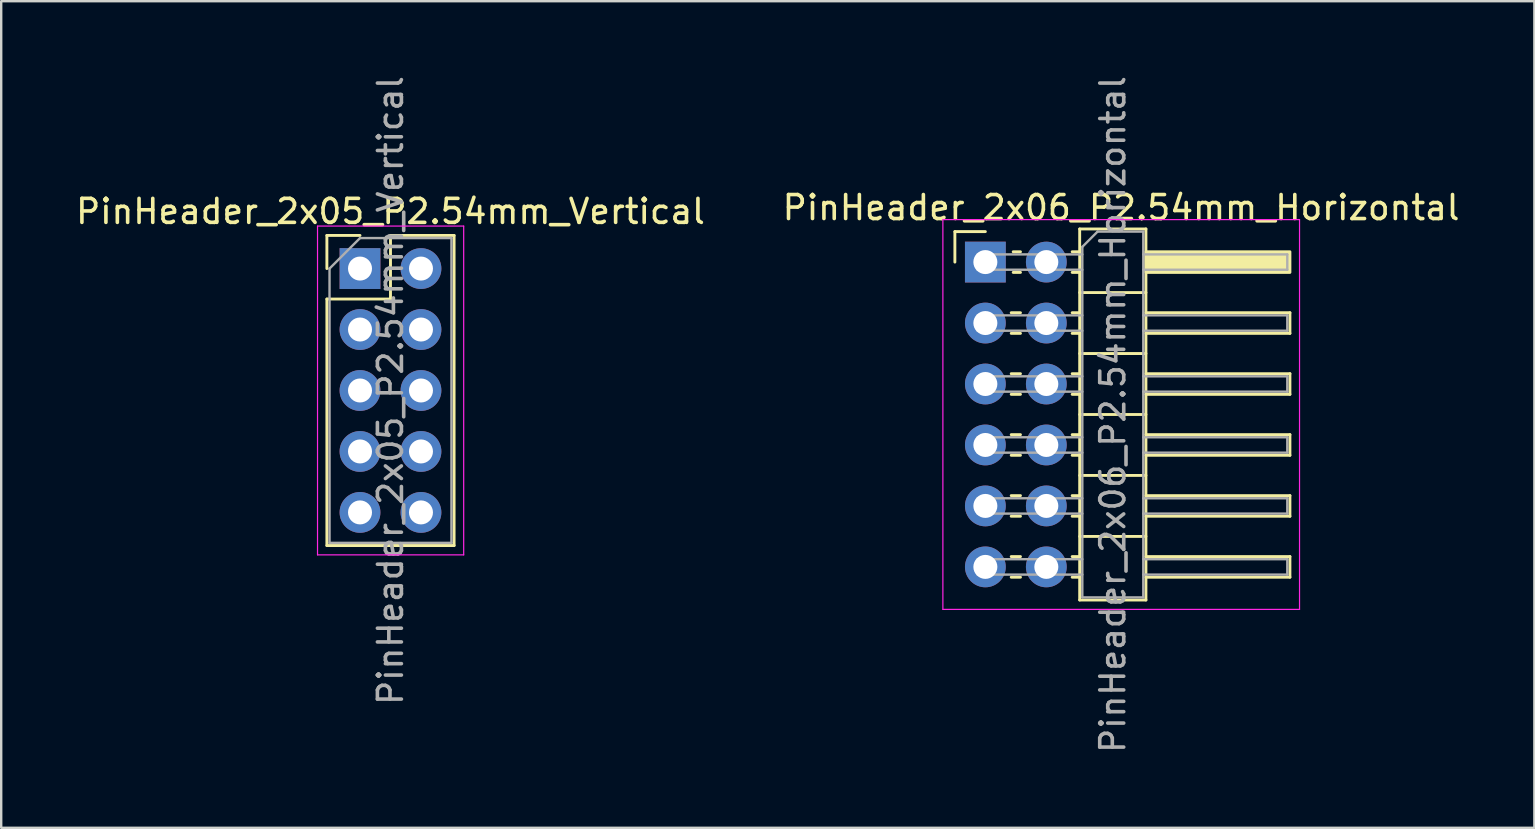
<source format=kicad_pcb>
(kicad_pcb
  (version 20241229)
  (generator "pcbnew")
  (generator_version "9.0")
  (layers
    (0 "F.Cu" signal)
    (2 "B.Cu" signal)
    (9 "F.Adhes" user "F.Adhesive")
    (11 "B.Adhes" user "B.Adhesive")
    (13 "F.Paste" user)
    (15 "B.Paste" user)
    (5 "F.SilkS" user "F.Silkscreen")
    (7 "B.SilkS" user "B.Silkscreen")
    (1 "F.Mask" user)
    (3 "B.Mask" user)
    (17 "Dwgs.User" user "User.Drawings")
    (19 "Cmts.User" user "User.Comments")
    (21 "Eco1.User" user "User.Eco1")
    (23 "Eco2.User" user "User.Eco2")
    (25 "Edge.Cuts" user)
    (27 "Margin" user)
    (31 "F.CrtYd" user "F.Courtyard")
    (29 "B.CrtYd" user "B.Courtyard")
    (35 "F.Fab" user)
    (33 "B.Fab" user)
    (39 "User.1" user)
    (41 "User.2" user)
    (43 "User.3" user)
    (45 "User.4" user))
  (footprint "PinHeader_2x05_P2.54mm_Vertical"
    (layer "F.Cu")
    (at 11.95 8.14)
    (property "Reference" "PinHeader_2x05_P2.54mm_Vertical" (at 1.27 -2.38 0) (layer "F.SilkS") (effects (font (size 1 1) (thickness 0.15))))
    (attr through_hole)
    (fp_line (start -1.38 -1.38) (end 0 -1.38) (stroke (width 0.12) (type solid)) (layer "F.SilkS"))
    (fp_line (start -1.38 0) (end -1.38 -1.38) (stroke (width 0.12) (type solid)) (layer "F.SilkS"))
    (fp_line (start -1.38 1.27) (end -1.38 11.54) (stroke (width 0.12) (type solid)) (layer "F.SilkS"))
    (fp_line (start -1.38 1.27) (end 1.27 1.27) (stroke (width 0.12) (type solid)) (layer "F.SilkS"))
    (fp_line (start -1.38 11.54) (end 3.92 11.54) (stroke (width 0.12) (type solid)) (layer "F.SilkS"))
    (fp_line (start 1.27 -1.38) (end 3.92 -1.38) (stroke (width 0.12) (type solid)) (layer "F.SilkS"))
    (fp_line (start 1.27 1.27) (end 1.27 -1.38) (stroke (width 0.12) (type solid)) (layer "F.SilkS"))
    (fp_line (start 3.92 -1.38) (end 3.92 11.54) (stroke (width 0.12) (type solid)) (layer "F.SilkS"))
    (fp_line (start -1.77 -1.77) (end -1.77 11.93) (stroke (width 0.05) (type solid)) (layer "F.CrtYd"))
    (fp_line (start -1.77 11.93) (end 4.32 11.93) (stroke (width 0.05) (type solid)) (layer "F.CrtYd"))
    (fp_line (start 4.32 -1.77) (end -1.77 -1.77) (stroke (width 0.05) (type solid)) (layer "F.CrtYd"))
    (fp_line (start 4.32 11.93) (end 4.32 -1.77) (stroke (width 0.05) (type solid)) (layer "F.CrtYd"))
    (fp_line (start -1.27 0) (end 0 -1.27) (stroke (width 0.1) (type solid)) (layer "F.Fab"))
    (fp_line (start -1.27 11.43) (end -1.27 0) (stroke (width 0.1) (type solid)) (layer "F.Fab"))
    (fp_line (start 0 -1.27) (end 3.81 -1.27) (stroke (width 0.1) (type solid)) (layer "F.Fab"))
    (fp_line (start 3.81 -1.27) (end 3.81 11.43) (stroke (width 0.1) (type solid)) (layer "F.Fab"))
    (fp_line (start 3.81 11.43) (end -1.27 11.43) (stroke (width 0.1) (type solid)) (layer "F.Fab"))
    (fp_text user "${REFERENCE}" (at 1.27 5.08 90) (layer "F.Fab") (effects (font (size 1 1) (thickness 0.15))))
    (pad "1" thru_hole rect (at 0 0) (size 1.7 1.7) (drill 1) (layers "*.Cu" "*.Mask"))
    (pad "2" thru_hole circle (at 2.54 0) (size 1.7 1.7) (drill 1) (layers "*.Cu" "*.Mask"))
    (pad "3" thru_hole circle (at 0 2.54) (size 1.7 1.7) (drill 1) (layers "*.Cu" "*.Mask"))
    (pad "4" thru_hole circle (at 2.54 2.54) (size 1.7 1.7) (drill 1) (layers "*.Cu" "*.Mask"))
    (pad "5" thru_hole circle (at 0 5.08) (size 1.7 1.7) (drill 1) (layers "*.Cu" "*.Mask"))
    (pad "6" thru_hole circle (at 2.54 5.08) (size 1.7 1.7) (drill 1) (layers "*.Cu" "*.Mask"))
    (pad "7" thru_hole circle (at 0 7.62) (size 1.7 1.7) (drill 1) (layers "*.Cu" "*.Mask"))
    (pad "8" thru_hole circle (at 2.54 7.62) (size 1.7 1.7) (drill 1) (layers "*.Cu" "*.Mask"))
    (pad "9" thru_hole circle (at 0 10.16) (size 1.7 1.7) (drill 1) (layers "*.Cu" "*.Mask"))
    (pad "10" thru_hole circle (at 2.54 10.16) (size 1.7 1.7) (drill 1) (layers "*.Cu" "*.Mask")))
  (footprint "PinHeader_2x06_P2.54mm_Horizontal"
    (layer "F.Cu")
    (at 38.006 7.87)
    (property "Reference" "PinHeader_2x06_P2.54mm_Horizontal" (at 5.655 -2.27 0) (layer "F.SilkS") (effects (font (size 1 1) (thickness 0.15))))
    (attr through_hole)
    (fp_line (start -1.27 -1.27) (end 0 -1.27) (stroke (width 0.12) (type solid)) (layer "F.SilkS"))
    (fp_line (start -1.27 0) (end -1.27 -1.27) (stroke (width 0.12) (type solid)) (layer "F.SilkS"))
    (fp_line (start 1.077 2.11) (end 1.463 2.11) (stroke (width 0.12) (type solid)) (layer "F.SilkS"))
    (fp_line (start 1.077 2.97) (end 1.463 2.97) (stroke (width 0.12) (type solid)) (layer "F.SilkS"))
    (fp_line (start 1.077 4.65) (end 1.463 4.65) (stroke (width 0.12) (type solid)) (layer "F.SilkS"))
    (fp_line (start 1.077 5.51) (end 1.463 5.51) (stroke (width 0.12) (type solid)) (layer "F.SilkS"))
    (fp_line (start 1.077 7.19) (end 1.463 7.19) (stroke (width 0.12) (type solid)) (layer "F.SilkS"))
    (fp_line (start 1.077 8.05) (end 1.463 8.05) (stroke (width 0.12) (type solid)) (layer "F.SilkS"))
    (fp_line (start 1.077 9.73) (end 1.463 9.73) (stroke (width 0.12) (type solid)) (layer "F.SilkS"))
    (fp_line (start 1.077 10.59) (end 1.463 10.59) (stroke (width 0.12) (type solid)) (layer "F.SilkS"))
    (fp_line (start 1.077 12.27) (end 1.463 12.27) (stroke (width 0.12) (type solid)) (layer "F.SilkS"))
    (fp_line (start 1.077 13.13) (end 1.463 13.13) (stroke (width 0.12) (type solid)) (layer "F.SilkS"))
    (fp_line (start 1.16 -0.43) (end 1.463 -0.43) (stroke (width 0.12) (type solid)) (layer "F.SilkS"))
    (fp_line (start 1.16 0.43) (end 1.463 0.43) (stroke (width 0.12) (type solid)) (layer "F.SilkS"))
    (fp_line (start 3.617 -0.43) (end 3.93 -0.43) (stroke (width 0.12) (type solid)) (layer "F.SilkS"))
    (fp_line (start 3.617 0.43) (end 3.93 0.43) (stroke (width 0.12) (type solid)) (layer "F.SilkS"))
    (fp_line (start 3.617 2.11) (end 3.93 2.11) (stroke (width 0.12) (type solid)) (layer "F.SilkS"))
    (fp_line (start 3.617 2.97) (end 3.93 2.97) (stroke (width 0.12) (type solid)) (layer "F.SilkS"))
    (fp_line (start 3.617 4.65) (end 3.93 4.65) (stroke (width 0.12) (type solid)) (layer "F.SilkS"))
    (fp_line (start 3.617 5.51) (end 3.93 5.51) (stroke (width 0.12) (type solid)) (layer "F.SilkS"))
    (fp_line (start 3.617 7.19) (end 3.93 7.19) (stroke (width 0.12) (type solid)) (layer "F.SilkS"))
    (fp_line (start 3.617 8.05) (end 3.93 8.05) (stroke (width 0.12) (type solid)) (layer "F.SilkS"))
    (fp_line (start 3.617 9.73) (end 3.93 9.73) (stroke (width 0.12) (type solid)) (layer "F.SilkS"))
    (fp_line (start 3.617 10.59) (end 3.93 10.59) (stroke (width 0.12) (type solid)) (layer "F.SilkS"))
    (fp_line (start 3.617 12.27) (end 3.93 12.27) (stroke (width 0.12) (type solid)) (layer "F.SilkS"))
    (fp_line (start 3.617 13.13) (end 3.93 13.13) (stroke (width 0.12) (type solid)) (layer "F.SilkS"))
    (fp_line (start 3.93 -1.38) (end 3.93 14.08) (stroke (width 0.12) (type solid)) (layer "F.SilkS"))
    (fp_line (start 3.93 1.27) (end 6.69 1.27) (stroke (width 0.12) (type solid)) (layer "F.SilkS"))
    (fp_line (start 3.93 3.81) (end 6.69 3.81) (stroke (width 0.12) (type solid)) (layer "F.SilkS"))
    (fp_line (start 3.93 6.35) (end 6.69 6.35) (stroke (width 0.12) (type solid)) (layer "F.SilkS"))
    (fp_line (start 3.93 8.89) (end 6.69 8.89) (stroke (width 0.12) (type solid)) (layer "F.SilkS"))
    (fp_line (start 3.93 11.43) (end 6.69 11.43) (stroke (width 0.12) (type solid)) (layer "F.SilkS"))
    (fp_line (start 3.93 14.08) (end 6.69 14.08) (stroke (width 0.12) (type solid)) (layer "F.SilkS"))
    (fp_line (start 6.69 -1.38) (end 3.93 -1.38) (stroke (width 0.12) (type solid)) (layer "F.SilkS"))
    (fp_line (start 6.69 2.11) (end 12.69 2.11) (stroke (width 0.12) (type solid)) (layer "F.SilkS"))
    (fp_line (start 6.69 4.65) (end 12.69 4.65) (stroke (width 0.12) (type solid)) (layer "F.SilkS"))
    (fp_line (start 6.69 7.19) (end 12.69 7.19) (stroke (width 0.12) (type solid)) (layer "F.SilkS"))
    (fp_line (start 6.69 9.73) (end 12.69 9.73) (stroke (width 0.12) (type solid)) (layer "F.SilkS"))
    (fp_line (start 6.69 12.27) (end 12.69 12.27) (stroke (width 0.12) (type solid)) (layer "F.SilkS"))
    (fp_line (start 6.69 14.08) (end 6.69 -1.38) (stroke (width 0.12) (type solid)) (layer "F.SilkS"))
    (fp_line (start 12.69 2.11) (end 12.69 2.97) (stroke (width 0.12) (type solid)) (layer "F.SilkS"))
    (fp_line (start 12.69 2.97) (end 6.69 2.97) (stroke (width 0.12) (type solid)) (layer "F.SilkS"))
    (fp_line (start 12.69 4.65) (end 12.69 5.51) (stroke (width 0.12) (type solid)) (layer "F.SilkS"))
    (fp_line (start 12.69 5.51) (end 6.69 5.51) (stroke (width 0.12) (type solid)) (layer "F.SilkS"))
    (fp_line (start 12.69 7.19) (end 12.69 8.05) (stroke (width 0.12) (type solid)) (layer "F.SilkS"))
    (fp_line (start 12.69 8.05) (end 6.69 8.05) (stroke (width 0.12) (type solid)) (layer "F.SilkS"))
    (fp_line (start 12.69 9.73) (end 12.69 10.59) (stroke (width 0.12) (type solid)) (layer "F.SilkS"))
    (fp_line (start 12.69 10.59) (end 6.69 10.59) (stroke (width 0.12) (type solid)) (layer "F.SilkS"))
    (fp_line (start 12.69 12.27) (end 12.69 13.13) (stroke (width 0.12) (type solid)) (layer "F.SilkS"))
    (fp_line (start 12.69 13.13) (end 6.69 13.13) (stroke (width 0.12) (type solid)) (layer "F.SilkS"))
    (fp_rect (start 6.69 -0.43) (end 12.69 0.43) (stroke (width 0.12) (type solid)) (fill yes) (layer "F.SilkS"))
    (fp_line (start -1.77 -1.77) (end -1.77 14.47) (stroke (width 0.05) (type solid)) (layer "F.CrtYd"))
    (fp_line (start -1.77 14.47) (end 13.09 14.47) (stroke (width 0.05) (type solid)) (layer "F.CrtYd"))
    (fp_line (start 13.09 -1.77) (end -1.77 -1.77) (stroke (width 0.05) (type solid)) (layer "F.CrtYd"))
    (fp_line (start 13.09 14.47) (end 13.09 -1.77) (stroke (width 0.05) (type solid)) (layer "F.CrtYd"))
    (fp_line (start -0.32 -0.32) (end -0.32 0.32) (stroke (width 0.1) (type solid)) (layer "F.Fab"))
    (fp_line (start -0.32 -0.32) (end 4.04 -0.32) (stroke (width 0.1) (type solid)) (layer "F.Fab"))
    (fp_line (start -0.32 0.32) (end 4.04 0.32) (stroke (width 0.1) (type solid)) (layer "F.Fab"))
    (fp_line (start -0.32 2.22) (end -0.32 2.86) (stroke (width 0.1) (type solid)) (layer "F.Fab"))
    (fp_line (start -0.32 2.22) (end 4.04 2.22) (stroke (width 0.1) (type solid)) (layer "F.Fab"))
    (fp_line (start -0.32 2.86) (end 4.04 2.86) (stroke (width 0.1) (type solid)) (layer "F.Fab"))
    (fp_line (start -0.32 4.76) (end -0.32 5.4) (stroke (width 0.1) (type solid)) (layer "F.Fab"))
    (fp_line (start -0.32 4.76) (end 4.04 4.76) (stroke (width 0.1) (type solid)) (layer "F.Fab"))
    (fp_line (start -0.32 5.4) (end 4.04 5.4) (stroke (width 0.1) (type solid)) (layer "F.Fab"))
    (fp_line (start -0.32 7.3) (end -0.32 7.94) (stroke (width 0.1) (type solid)) (layer "F.Fab"))
    (fp_line (start -0.32 7.3) (end 4.04 7.3) (stroke (width 0.1) (type solid)) (layer "F.Fab"))
    (fp_line (start -0.32 7.94) (end 4.04 7.94) (stroke (width 0.1) (type solid)) (layer "F.Fab"))
    (fp_line (start -0.32 9.84) (end -0.32 10.48) (stroke (width 0.1) (type solid)) (layer "F.Fab"))
    (fp_line (start -0.32 9.84) (end 4.04 9.84) (stroke (width 0.1) (type solid)) (layer "F.Fab"))
    (fp_line (start -0.32 10.48) (end 4.04 10.48) (stroke (width 0.1) (type solid)) (layer "F.Fab"))
    (fp_line (start -0.32 12.38) (end -0.32 13.02) (stroke (width 0.1) (type solid)) (layer "F.Fab"))
    (fp_line (start -0.32 12.38) (end 4.04 12.38) (stroke (width 0.1) (type solid)) (layer "F.Fab"))
    (fp_line (start -0.32 13.02) (end 4.04 13.02) (stroke (width 0.1) (type solid)) (layer "F.Fab"))
    (fp_line (start 4.04 -0.635) (end 4.675 -1.27) (stroke (width 0.1) (type solid)) (layer "F.Fab"))
    (fp_line (start 4.04 13.97) (end 4.04 -0.635) (stroke (width 0.1) (type solid)) (layer "F.Fab"))
    (fp_line (start 4.675 -1.27) (end 6.58 -1.27) (stroke (width 0.1) (type solid)) (layer "F.Fab"))
    (fp_line (start 6.58 -1.27) (end 6.58 13.97) (stroke (width 0.1) (type solid)) (layer "F.Fab"))
    (fp_line (start 6.58 -0.32) (end 12.58 -0.32) (stroke (width 0.1) (type solid)) (layer "F.Fab"))
    (fp_line (start 6.58 0.32) (end 12.58 0.32) (stroke (width 0.1) (type solid)) (layer "F.Fab"))
    (fp_line (start 6.58 2.22) (end 12.58 2.22) (stroke (width 0.1) (type solid)) (layer "F.Fab"))
    (fp_line (start 6.58 2.86) (end 12.58 2.86) (stroke (width 0.1) (type solid)) (layer "F.Fab"))
    (fp_line (start 6.58 4.76) (end 12.58 4.76) (stroke (width 0.1) (type solid)) (layer "F.Fab"))
    (fp_line (start 6.58 5.4) (end 12.58 5.4) (stroke (width 0.1) (type solid)) (layer "F.Fab"))
    (fp_line (start 6.58 7.3) (end 12.58 7.3) (stroke (width 0.1) (type solid)) (layer "F.Fab"))
    (fp_line (start 6.58 7.94) (end 12.58 7.94) (stroke (width 0.1) (type solid)) (layer "F.Fab"))
    (fp_line (start 6.58 9.84) (end 12.58 9.84) (stroke (width 0.1) (type solid)) (layer "F.Fab"))
    (fp_line (start 6.58 10.48) (end 12.58 10.48) (stroke (width 0.1) (type solid)) (layer "F.Fab"))
    (fp_line (start 6.58 12.38) (end 12.58 12.38) (stroke (width 0.1) (type solid)) (layer "F.Fab"))
    (fp_line (start 6.58 13.02) (end 12.58 13.02) (stroke (width 0.1) (type solid)) (layer "F.Fab"))
    (fp_line (start 6.58 13.97) (end 4.04 13.97) (stroke (width 0.1) (type solid)) (layer "F.Fab"))
    (fp_line (start 12.58 -0.32) (end 12.58 0.32) (stroke (width 0.1) (type solid)) (layer "F.Fab"))
    (fp_line (start 12.58 2.22) (end 12.58 2.86) (stroke (width 0.1) (type solid)) (layer "F.Fab"))
    (fp_line (start 12.58 4.76) (end 12.58 5.4) (stroke (width 0.1) (type solid)) (layer "F.Fab"))
    (fp_line (start 12.58 7.3) (end 12.58 7.94) (stroke (width 0.1) (type solid)) (layer "F.Fab"))
    (fp_line (start 12.58 9.84) (end 12.58 10.48) (stroke (width 0.1) (type solid)) (layer "F.Fab"))
    (fp_line (start 12.58 12.38) (end 12.58 13.02) (stroke (width 0.1) (type solid)) (layer "F.Fab"))
    (fp_text user "${REFERENCE}" (at 5.31 6.35 90) (layer "F.Fab") (effects (font (size 1 1) (thickness 0.15))))
    (pad "1" thru_hole rect (at 0 0) (size 1.7 1.7) (drill 1) (layers "*.Cu" "*.Mask"))
    (pad "2" thru_hole circle (at 2.54 0) (size 1.7 1.7) (drill 1) (layers "*.Cu" "*.Mask"))
    (pad "3" thru_hole circle (at 0 2.54) (size 1.7 1.7) (drill 1) (layers "*.Cu" "*.Mask"))
    (pad "4" thru_hole circle (at 2.54 2.54) (size 1.7 1.7) (drill 1) (layers "*.Cu" "*.Mask"))
    (pad "5" thru_hole circle (at 0 5.08) (size 1.7 1.7) (drill 1) (layers "*.Cu" "*.Mask"))
    (pad "6" thru_hole circle (at 2.54 5.08) (size 1.7 1.7) (drill 1) (layers "*.Cu" "*.Mask"))
    (pad "7" thru_hole circle (at 0 7.62) (size 1.7 1.7) (drill 1) (layers "*.Cu" "*.Mask"))
    (pad "8" thru_hole circle (at 2.54 7.62) (size 1.7 1.7) (drill 1) (layers "*.Cu" "*.Mask"))
    (pad "9" thru_hole circle (at 0 10.16) (size 1.7 1.7) (drill 1) (layers "*.Cu" "*.Mask"))
    (pad "10" thru_hole circle (at 2.54 10.16) (size 1.7 1.7) (drill 1) (layers "*.Cu" "*.Mask"))
    (pad "11" thru_hole circle (at 0 12.7) (size 1.7 1.7) (drill 1) (layers "*.Cu" "*.Mask"))
    (pad "12" thru_hole circle (at 2.54 12.7) (size 1.7 1.7) (drill 1) (layers "*.Cu" "*.Mask")))
  (gr_rect
    (start -3 -3)
    (end 60.881 31.44)
    (stroke (width 0.1) (type default))
    (fill no)
    (layer "Edge.Cuts")))
</source>
